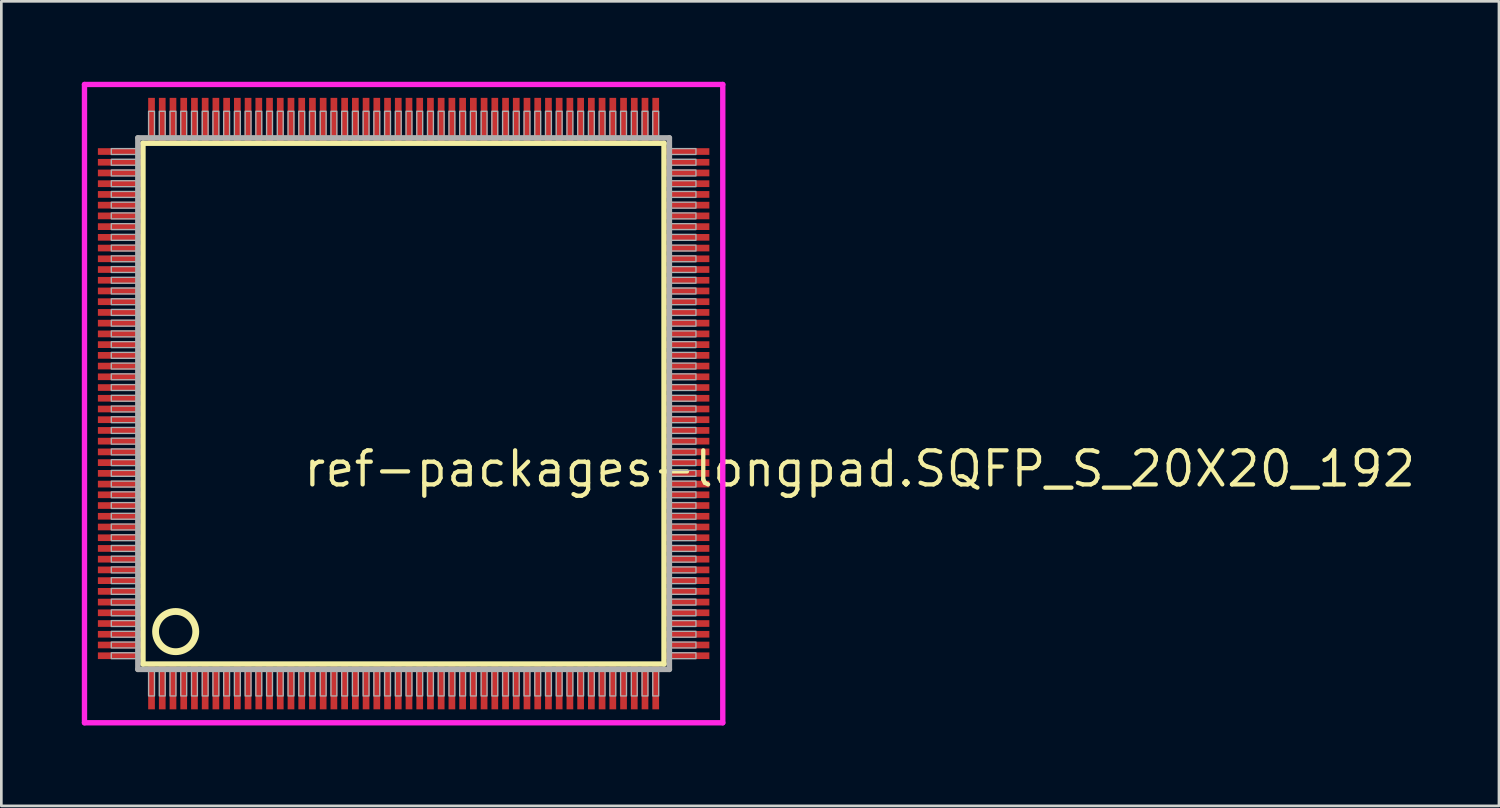
<source format=kicad_pcb>
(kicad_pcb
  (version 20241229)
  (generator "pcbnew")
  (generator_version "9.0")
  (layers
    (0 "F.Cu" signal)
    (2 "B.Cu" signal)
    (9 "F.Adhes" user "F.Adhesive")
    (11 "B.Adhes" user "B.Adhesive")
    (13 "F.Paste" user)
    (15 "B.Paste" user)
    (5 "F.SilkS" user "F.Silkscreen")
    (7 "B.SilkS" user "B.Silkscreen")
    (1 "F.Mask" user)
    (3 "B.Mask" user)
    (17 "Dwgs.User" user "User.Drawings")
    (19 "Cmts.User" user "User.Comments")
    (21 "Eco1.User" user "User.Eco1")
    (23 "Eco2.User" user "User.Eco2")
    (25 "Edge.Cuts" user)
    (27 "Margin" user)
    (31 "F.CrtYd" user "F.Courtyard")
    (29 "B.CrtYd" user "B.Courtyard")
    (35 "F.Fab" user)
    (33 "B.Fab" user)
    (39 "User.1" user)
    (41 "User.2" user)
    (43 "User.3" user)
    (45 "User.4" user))
  (footprint "ref-packages-longpad.SQFP_S_20X20_192"
    (layer "F.Cu")
    (at 12 12)
    (property "Reference" "ref-packages-longpad.SQFP_S_20X20_192" (at -3.81 3.175 0) (layer "F.SilkS") (effects (font (size 1.27 1.27) (thickness 0.16)) (justify left bottom)))
    (attr smd)
    (fp_line (start -9.72 -9.71) (end 9.71 -9.71) (stroke (width 0.203) (type default)) (layer "F.SilkS"))
    (fp_line (start -9.72 9.71) (end -9.72 -9.71) (stroke (width 0.203) (type default)) (layer "F.SilkS"))
    (fp_line (start 9.71 9.71) (end -9.72 9.71) (stroke (width 0.203) (type default)) (layer "F.SilkS"))
    (fp_line (start 9.71 -9.71) (end 9.71 9.71) (stroke (width 0.203) (type default)) (layer "F.SilkS"))
    (fp_circle (center -8.5 8.5) (end -7.75 8.5) (stroke (width 0.254) (type default)) (fill no) (layer "F.SilkS"))
    (fp_line (start -11.9 -11.9) (end 11.9 -11.9) (stroke (width 0.2) (type default)) (layer "F.CrtYd"))
    (fp_line (start -11.9 11.9) (end -11.9 -11.9) (stroke (width 0.2) (type default)) (layer "F.CrtYd"))
    (fp_line (start 11.9 -11.9) (end 11.9 11.9) (stroke (width 0.2) (type default)) (layer "F.CrtYd"))
    (fp_line (start 11.9 11.9) (end -11.9 11.9) (stroke (width 0.2) (type default)) (layer "F.CrtYd"))
    (fp_line (start -9.91 -9.91) (end -9.91 9.91) (stroke (width 0.203) (type default)) (layer "F.Fab"))
    (fp_line (start -9.91 9.91) (end 9.91 9.91) (stroke (width 0.203) (type default)) (layer "F.Fab"))
    (fp_line (start 9.91 -9.91) (end -9.91 -9.91) (stroke (width 0.203) (type default)) (layer "F.Fab"))
    (fp_line (start 9.91 9.91) (end 9.91 -9.91) (stroke (width 0.203) (type default)) (layer "F.Fab"))
    (fp_rect (start -10.9 -9.29) (end -9.95 -9.51) (stroke (width 0.05) (type default)) (fill no) (layer "F.Fab"))
    (fp_rect (start -10.9 -8.89) (end -9.95 -9.11) (stroke (width 0.05) (type default)) (fill no) (layer "F.Fab"))
    (fp_rect (start -10.9 -8.49) (end -9.95 -8.71) (stroke (width 0.05) (type default)) (fill no) (layer "F.Fab"))
    (fp_rect (start -10.9 -8.09) (end -9.95 -8.31) (stroke (width 0.05) (type default)) (fill no) (layer "F.Fab"))
    (fp_rect (start -10.9 -7.69) (end -9.95 -7.91) (stroke (width 0.05) (type default)) (fill no) (layer "F.Fab"))
    (fp_rect (start -10.9 -7.29) (end -9.95 -7.51) (stroke (width 0.05) (type default)) (fill no) (layer "F.Fab"))
    (fp_rect (start -10.9 -6.89) (end -9.95 -7.11) (stroke (width 0.05) (type default)) (fill no) (layer "F.Fab"))
    (fp_rect (start -10.9 -6.49) (end -9.95 -6.71) (stroke (width 0.05) (type default)) (fill no) (layer "F.Fab"))
    (fp_rect (start -10.9 -6.09) (end -9.95 -6.31) (stroke (width 0.05) (type default)) (fill no) (layer "F.Fab"))
    (fp_rect (start -10.9 -5.69) (end -9.95 -5.91) (stroke (width 0.05) (type default)) (fill no) (layer "F.Fab"))
    (fp_rect (start -10.9 -5.29) (end -9.95 -5.51) (stroke (width 0.05) (type default)) (fill no) (layer "F.Fab"))
    (fp_rect (start -10.9 -4.89) (end -9.95 -5.11) (stroke (width 0.05) (type default)) (fill no) (layer "F.Fab"))
    (fp_rect (start -10.9 -4.49) (end -9.95 -4.71) (stroke (width 0.05) (type default)) (fill no) (layer "F.Fab"))
    (fp_rect (start -10.9 -4.09) (end -9.95 -4.31) (stroke (width 0.05) (type default)) (fill no) (layer "F.Fab"))
    (fp_rect (start -10.9 -3.69) (end -9.95 -3.91) (stroke (width 0.05) (type default)) (fill no) (layer "F.Fab"))
    (fp_rect (start -10.9 -3.29) (end -9.95 -3.51) (stroke (width 0.05) (type default)) (fill no) (layer "F.Fab"))
    (fp_rect (start -10.9 -2.89) (end -9.95 -3.11) (stroke (width 0.05) (type default)) (fill no) (layer "F.Fab"))
    (fp_rect (start -10.9 -2.49) (end -9.95 -2.71) (stroke (width 0.05) (type default)) (fill no) (layer "F.Fab"))
    (fp_rect (start -10.9 -2.09) (end -9.95 -2.31) (stroke (width 0.05) (type default)) (fill no) (layer "F.Fab"))
    (fp_rect (start -10.9 -1.69) (end -9.95 -1.91) (stroke (width 0.05) (type default)) (fill no) (layer "F.Fab"))
    (fp_rect (start -10.9 -1.29) (end -9.95 -1.51) (stroke (width 0.05) (type default)) (fill no) (layer "F.Fab"))
    (fp_rect (start -10.9 -0.89) (end -9.95 -1.11) (stroke (width 0.05) (type default)) (fill no) (layer "F.Fab"))
    (fp_rect (start -10.9 -0.49) (end -9.95 -0.71) (stroke (width 0.05) (type default)) (fill no) (layer "F.Fab"))
    (fp_rect (start -10.9 -0.09) (end -9.95 -0.31) (stroke (width 0.05) (type default)) (fill no) (layer "F.Fab"))
    (fp_rect (start -10.9 0.31) (end -9.95 0.09) (stroke (width 0.05) (type default)) (fill no) (layer "F.Fab"))
    (fp_rect (start -10.9 0.71) (end -9.95 0.49) (stroke (width 0.05) (type default)) (fill no) (layer "F.Fab"))
    (fp_rect (start -10.9 1.11) (end -9.95 0.89) (stroke (width 0.05) (type default)) (fill no) (layer "F.Fab"))
    (fp_rect (start -10.9 1.51) (end -9.95 1.29) (stroke (width 0.05) (type default)) (fill no) (layer "F.Fab"))
    (fp_rect (start -10.9 1.91) (end -9.95 1.69) (stroke (width 0.05) (type default)) (fill no) (layer "F.Fab"))
    (fp_rect (start -10.9 2.31) (end -9.95 2.09) (stroke (width 0.05) (type default)) (fill no) (layer "F.Fab"))
    (fp_rect (start -10.9 2.71) (end -9.95 2.49) (stroke (width 0.05) (type default)) (fill no) (layer "F.Fab"))
    (fp_rect (start -10.9 3.11) (end -9.95 2.89) (stroke (width 0.05) (type default)) (fill no) (layer "F.Fab"))
    (fp_rect (start -10.9 3.51) (end -9.95 3.29) (stroke (width 0.05) (type default)) (fill no) (layer "F.Fab"))
    (fp_rect (start -10.9 3.91) (end -9.95 3.69) (stroke (width 0.05) (type default)) (fill no) (layer "F.Fab"))
    (fp_rect (start -10.9 4.31) (end -9.95 4.09) (stroke (width 0.05) (type default)) (fill no) (layer "F.Fab"))
    (fp_rect (start -10.9 4.71) (end -9.95 4.49) (stroke (width 0.05) (type default)) (fill no) (layer "F.Fab"))
    (fp_rect (start -10.9 5.11) (end -9.95 4.89) (stroke (width 0.05) (type default)) (fill no) (layer "F.Fab"))
    (fp_rect (start -10.9 5.51) (end -9.95 5.29) (stroke (width 0.05) (type default)) (fill no) (layer "F.Fab"))
    (fp_rect (start -10.9 5.91) (end -9.95 5.69) (stroke (width 0.05) (type default)) (fill no) (layer "F.Fab"))
    (fp_rect (start -10.9 6.31) (end -9.95 6.09) (stroke (width 0.05) (type default)) (fill no) (layer "F.Fab"))
    (fp_rect (start -10.9 6.71) (end -9.95 6.49) (stroke (width 0.05) (type default)) (fill no) (layer "F.Fab"))
    (fp_rect (start -10.9 7.11) (end -9.95 6.89) (stroke (width 0.05) (type default)) (fill no) (layer "F.Fab"))
    (fp_rect (start -10.9 7.51) (end -9.95 7.29) (stroke (width 0.05) (type default)) (fill no) (layer "F.Fab"))
    (fp_rect (start -10.9 7.91) (end -9.95 7.69) (stroke (width 0.05) (type default)) (fill no) (layer "F.Fab"))
    (fp_rect (start -10.9 8.31) (end -9.95 8.09) (stroke (width 0.05) (type default)) (fill no) (layer "F.Fab"))
    (fp_rect (start -10.9 8.71) (end -9.95 8.49) (stroke (width 0.05) (type default)) (fill no) (layer "F.Fab"))
    (fp_rect (start -10.9 9.11) (end -9.95 8.89) (stroke (width 0.05) (type default)) (fill no) (layer "F.Fab"))
    (fp_rect (start -10.9 9.51) (end -9.95 9.29) (stroke (width 0.05) (type default)) (fill no) (layer "F.Fab"))
    (fp_rect (start -9.51 -9.95) (end -9.29 -10.9) (stroke (width 0.05) (type default)) (fill no) (layer "F.Fab"))
    (fp_rect (start -9.51 10.9) (end -9.29 9.95) (stroke (width 0.05) (type default)) (fill no) (layer "F.Fab"))
    (fp_rect (start -9.11 -9.95) (end -8.89 -10.9) (stroke (width 0.05) (type default)) (fill no) (layer "F.Fab"))
    (fp_rect (start -9.11 10.9) (end -8.89 9.95) (stroke (width 0.05) (type default)) (fill no) (layer "F.Fab"))
    (fp_rect (start -8.71 -9.95) (end -8.49 -10.9) (stroke (width 0.05) (type default)) (fill no) (layer "F.Fab"))
    (fp_rect (start -8.71 10.9) (end -8.49 9.95) (stroke (width 0.05) (type default)) (fill no) (layer "F.Fab"))
    (fp_rect (start -8.31 -9.95) (end -8.09 -10.9) (stroke (width 0.05) (type default)) (fill no) (layer "F.Fab"))
    (fp_rect (start -8.31 10.9) (end -8.09 9.95) (stroke (width 0.05) (type default)) (fill no) (layer "F.Fab"))
    (fp_rect (start -7.91 -9.95) (end -7.69 -10.9) (stroke (width 0.05) (type default)) (fill no) (layer "F.Fab"))
    (fp_rect (start -7.91 10.9) (end -7.69 9.95) (stroke (width 0.05) (type default)) (fill no) (layer "F.Fab"))
    (fp_rect (start -7.51 -9.95) (end -7.29 -10.9) (stroke (width 0.05) (type default)) (fill no) (layer "F.Fab"))
    (fp_rect (start -7.51 10.9) (end -7.29 9.95) (stroke (width 0.05) (type default)) (fill no) (layer "F.Fab"))
    (fp_rect (start -7.11 -9.95) (end -6.89 -10.9) (stroke (width 0.05) (type default)) (fill no) (layer "F.Fab"))
    (fp_rect (start -7.11 10.9) (end -6.89 9.95) (stroke (width 0.05) (type default)) (fill no) (layer "F.Fab"))
    (fp_rect (start -6.71 -9.95) (end -6.49 -10.9) (stroke (width 0.05) (type default)) (fill no) (layer "F.Fab"))
    (fp_rect (start -6.71 10.9) (end -6.49 9.95) (stroke (width 0.05) (type default)) (fill no) (layer "F.Fab"))
    (fp_rect (start -6.31 -9.95) (end -6.09 -10.9) (stroke (width 0.05) (type default)) (fill no) (layer "F.Fab"))
    (fp_rect (start -6.31 10.9) (end -6.09 9.95) (stroke (width 0.05) (type default)) (fill no) (layer "F.Fab"))
    (fp_rect (start -5.91 -9.95) (end -5.69 -10.9) (stroke (width 0.05) (type default)) (fill no) (layer "F.Fab"))
    (fp_rect (start -5.91 10.9) (end -5.69 9.95) (stroke (width 0.05) (type default)) (fill no) (layer "F.Fab"))
    (fp_rect (start -5.51 -9.95) (end -5.29 -10.9) (stroke (width 0.05) (type default)) (fill no) (layer "F.Fab"))
    (fp_rect (start -5.51 10.9) (end -5.29 9.95) (stroke (width 0.05) (type default)) (fill no) (layer "F.Fab"))
    (fp_rect (start -5.11 -9.95) (end -4.89 -10.9) (stroke (width 0.05) (type default)) (fill no) (layer "F.Fab"))
    (fp_rect (start -5.11 10.9) (end -4.89 9.95) (stroke (width 0.05) (type default)) (fill no) (layer "F.Fab"))
    (fp_rect (start -4.71 -9.95) (end -4.49 -10.9) (stroke (width 0.05) (type default)) (fill no) (layer "F.Fab"))
    (fp_rect (start -4.71 10.9) (end -4.49 9.95) (stroke (width 0.05) (type default)) (fill no) (layer "F.Fab"))
    (fp_rect (start -4.31 -9.95) (end -4.09 -10.9) (stroke (width 0.05) (type default)) (fill no) (layer "F.Fab"))
    (fp_rect (start -4.31 10.9) (end -4.09 9.95) (stroke (width 0.05) (type default)) (fill no) (layer "F.Fab"))
    (fp_rect (start -3.91 -9.95) (end -3.69 -10.9) (stroke (width 0.05) (type default)) (fill no) (layer "F.Fab"))
    (fp_rect (start -3.91 10.9) (end -3.69 9.95) (stroke (width 0.05) (type default)) (fill no) (layer "F.Fab"))
    (fp_rect (start -3.51 -9.95) (end -3.29 -10.9) (stroke (width 0.05) (type default)) (fill no) (layer "F.Fab"))
    (fp_rect (start -3.51 10.9) (end -3.29 9.95) (stroke (width 0.05) (type default)) (fill no) (layer "F.Fab"))
    (fp_rect (start -3.11 -9.95) (end -2.89 -10.9) (stroke (width 0.05) (type default)) (fill no) (layer "F.Fab"))
    (fp_rect (start -3.11 10.9) (end -2.89 9.95) (stroke (width 0.05) (type default)) (fill no) (layer "F.Fab"))
    (fp_rect (start -2.71 -9.95) (end -2.49 -10.9) (stroke (width 0.05) (type default)) (fill no) (layer "F.Fab"))
    (fp_rect (start -2.71 10.9) (end -2.49 9.95) (stroke (width 0.05) (type default)) (fill no) (layer "F.Fab"))
    (fp_rect (start -2.31 -9.95) (end -2.09 -10.9) (stroke (width 0.05) (type default)) (fill no) (layer "F.Fab"))
    (fp_rect (start -2.31 10.9) (end -2.09 9.95) (stroke (width 0.05) (type default)) (fill no) (layer "F.Fab"))
    (fp_rect (start -1.91 -9.95) (end -1.69 -10.9) (stroke (width 0.05) (type default)) (fill no) (layer "F.Fab"))
    (fp_rect (start -1.91 10.9) (end -1.69 9.95) (stroke (width 0.05) (type default)) (fill no) (layer "F.Fab"))
    (fp_rect (start -1.51 -9.95) (end -1.29 -10.9) (stroke (width 0.05) (type default)) (fill no) (layer "F.Fab"))
    (fp_rect (start -1.51 10.9) (end -1.29 9.95) (stroke (width 0.05) (type default)) (fill no) (layer "F.Fab"))
    (fp_rect (start -1.11 -9.95) (end -0.89 -10.9) (stroke (width 0.05) (type default)) (fill no) (layer "F.Fab"))
    (fp_rect (start -1.11 10.9) (end -0.89 9.95) (stroke (width 0.05) (type default)) (fill no) (layer "F.Fab"))
    (fp_rect (start -0.71 -9.95) (end -0.49 -10.9) (stroke (width 0.05) (type default)) (fill no) (layer "F.Fab"))
    (fp_rect (start -0.71 10.9) (end -0.49 9.95) (stroke (width 0.05) (type default)) (fill no) (layer "F.Fab"))
    (fp_rect (start -0.31 -9.95) (end -0.09 -10.9) (stroke (width 0.05) (type default)) (fill no) (layer "F.Fab"))
    (fp_rect (start -0.31 10.9) (end -0.09 9.95) (stroke (width 0.05) (type default)) (fill no) (layer "F.Fab"))
    (fp_rect (start 0.09 -9.95) (end 0.31 -10.9) (stroke (width 0.05) (type default)) (fill no) (layer "F.Fab"))
    (fp_rect (start 0.09 10.9) (end 0.31 9.95) (stroke (width 0.05) (type default)) (fill no) (layer "F.Fab"))
    (fp_rect (start 0.49 -9.95) (end 0.71 -10.9) (stroke (width 0.05) (type default)) (fill no) (layer "F.Fab"))
    (fp_rect (start 0.49 10.9) (end 0.71 9.95) (stroke (width 0.05) (type default)) (fill no) (layer "F.Fab"))
    (fp_rect (start 0.89 -9.95) (end 1.11 -10.9) (stroke (width 0.05) (type default)) (fill no) (layer "F.Fab"))
    (fp_rect (start 0.89 10.9) (end 1.11 9.95) (stroke (width 0.05) (type default)) (fill no) (layer "F.Fab"))
    (fp_rect (start 1.29 -9.95) (end 1.51 -10.9) (stroke (width 0.05) (type default)) (fill no) (layer "F.Fab"))
    (fp_rect (start 1.29 10.9) (end 1.51 9.95) (stroke (width 0.05) (type default)) (fill no) (layer "F.Fab"))
    (fp_rect (start 1.69 -9.95) (end 1.91 -10.9) (stroke (width 0.05) (type default)) (fill no) (layer "F.Fab"))
    (fp_rect (start 1.69 10.9) (end 1.91 9.95) (stroke (width 0.05) (type default)) (fill no) (layer "F.Fab"))
    (fp_rect (start 2.09 -9.95) (end 2.31 -10.9) (stroke (width 0.05) (type default)) (fill no) (layer "F.Fab"))
    (fp_rect (start 2.09 10.9) (end 2.31 9.95) (stroke (width 0.05) (type default)) (fill no) (layer "F.Fab"))
    (fp_rect (start 2.49 -9.95) (end 2.71 -10.9) (stroke (width 0.05) (type default)) (fill no) (layer "F.Fab"))
    (fp_rect (start 2.49 10.9) (end 2.71 9.95) (stroke (width 0.05) (type default)) (fill no) (layer "F.Fab"))
    (fp_rect (start 2.89 -9.95) (end 3.11 -10.9) (stroke (width 0.05) (type default)) (fill no) (layer "F.Fab"))
    (fp_rect (start 2.89 10.9) (end 3.11 9.95) (stroke (width 0.05) (type default)) (fill no) (layer "F.Fab"))
    (fp_rect (start 3.29 -9.95) (end 3.51 -10.9) (stroke (width 0.05) (type default)) (fill no) (layer "F.Fab"))
    (fp_rect (start 3.29 10.9) (end 3.51 9.95) (stroke (width 0.05) (type default)) (fill no) (layer "F.Fab"))
    (fp_rect (start 3.69 -9.95) (end 3.91 -10.9) (stroke (width 0.05) (type default)) (fill no) (layer "F.Fab"))
    (fp_rect (start 3.69 10.9) (end 3.91 9.95) (stroke (width 0.05) (type default)) (fill no) (layer "F.Fab"))
    (fp_rect (start 4.09 -9.95) (end 4.31 -10.9) (stroke (width 0.05) (type default)) (fill no) (layer "F.Fab"))
    (fp_rect (start 4.09 10.9) (end 4.31 9.95) (stroke (width 0.05) (type default)) (fill no) (layer "F.Fab"))
    (fp_rect (start 4.49 -9.95) (end 4.71 -10.9) (stroke (width 0.05) (type default)) (fill no) (layer "F.Fab"))
    (fp_rect (start 4.49 10.9) (end 4.71 9.95) (stroke (width 0.05) (type default)) (fill no) (layer "F.Fab"))
    (fp_rect (start 4.89 -9.95) (end 5.11 -10.9) (stroke (width 0.05) (type default)) (fill no) (layer "F.Fab"))
    (fp_rect (start 4.89 10.9) (end 5.11 9.95) (stroke (width 0.05) (type default)) (fill no) (layer "F.Fab"))
    (fp_rect (start 5.29 -9.95) (end 5.51 -10.9) (stroke (width 0.05) (type default)) (fill no) (layer "F.Fab"))
    (fp_rect (start 5.29 10.9) (end 5.51 9.95) (stroke (width 0.05) (type default)) (fill no) (layer "F.Fab"))
    (fp_rect (start 5.69 -9.95) (end 5.91 -10.9) (stroke (width 0.05) (type default)) (fill no) (layer "F.Fab"))
    (fp_rect (start 5.69 10.9) (end 5.91 9.95) (stroke (width 0.05) (type default)) (fill no) (layer "F.Fab"))
    (fp_rect (start 6.09 -9.95) (end 6.31 -10.9) (stroke (width 0.05) (type default)) (fill no) (layer "F.Fab"))
    (fp_rect (start 6.09 10.9) (end 6.31 9.95) (stroke (width 0.05) (type default)) (fill no) (layer "F.Fab"))
    (fp_rect (start 6.49 -9.95) (end 6.71 -10.9) (stroke (width 0.05) (type default)) (fill no) (layer "F.Fab"))
    (fp_rect (start 6.49 10.9) (end 6.71 9.95) (stroke (width 0.05) (type default)) (fill no) (layer "F.Fab"))
    (fp_rect (start 6.89 -9.95) (end 7.11 -10.9) (stroke (width 0.05) (type default)) (fill no) (layer "F.Fab"))
    (fp_rect (start 6.89 10.9) (end 7.11 9.95) (stroke (width 0.05) (type default)) (fill no) (layer "F.Fab"))
    (fp_rect (start 7.29 -9.95) (end 7.51 -10.9) (stroke (width 0.05) (type default)) (fill no) (layer "F.Fab"))
    (fp_rect (start 7.29 10.9) (end 7.51 9.95) (stroke (width 0.05) (type default)) (fill no) (layer "F.Fab"))
    (fp_rect (start 7.69 -9.95) (end 7.91 -10.9) (stroke (width 0.05) (type default)) (fill no) (layer "F.Fab"))
    (fp_rect (start 7.69 10.9) (end 7.91 9.95) (stroke (width 0.05) (type default)) (fill no) (layer "F.Fab"))
    (fp_rect (start 8.09 -9.95) (end 8.31 -10.9) (stroke (width 0.05) (type default)) (fill no) (layer "F.Fab"))
    (fp_rect (start 8.09 10.9) (end 8.31 9.95) (stroke (width 0.05) (type default)) (fill no) (layer "F.Fab"))
    (fp_rect (start 8.49 -9.95) (end 8.71 -10.9) (stroke (width 0.05) (type default)) (fill no) (layer "F.Fab"))
    (fp_rect (start 8.49 10.9) (end 8.71 9.95) (stroke (width 0.05) (type default)) (fill no) (layer "F.Fab"))
    (fp_rect (start 8.89 -9.95) (end 9.11 -10.9) (stroke (width 0.05) (type default)) (fill no) (layer "F.Fab"))
    (fp_rect (start 8.89 10.9) (end 9.11 9.95) (stroke (width 0.05) (type default)) (fill no) (layer "F.Fab"))
    (fp_rect (start 9.29 -9.95) (end 9.51 -10.9) (stroke (width 0.05) (type default)) (fill no) (layer "F.Fab"))
    (fp_rect (start 9.29 10.9) (end 9.51 9.95) (stroke (width 0.05) (type default)) (fill no) (layer "F.Fab"))
    (fp_rect (start 9.95 -9.29) (end 10.9 -9.51) (stroke (width 0.05) (type default)) (fill no) (layer "F.Fab"))
    (fp_rect (start 9.95 -8.89) (end 10.9 -9.11) (stroke (width 0.05) (type default)) (fill no) (layer "F.Fab"))
    (fp_rect (start 9.95 -8.49) (end 10.9 -8.71) (stroke (width 0.05) (type default)) (fill no) (layer "F.Fab"))
    (fp_rect (start 9.95 -8.09) (end 10.9 -8.31) (stroke (width 0.05) (type default)) (fill no) (layer "F.Fab"))
    (fp_rect (start 9.95 -7.69) (end 10.9 -7.91) (stroke (width 0.05) (type default)) (fill no) (layer "F.Fab"))
    (fp_rect (start 9.95 -7.29) (end 10.9 -7.51) (stroke (width 0.05) (type default)) (fill no) (layer "F.Fab"))
    (fp_rect (start 9.95 -6.89) (end 10.9 -7.11) (stroke (width 0.05) (type default)) (fill no) (layer "F.Fab"))
    (fp_rect (start 9.95 -6.49) (end 10.9 -6.71) (stroke (width 0.05) (type default)) (fill no) (layer "F.Fab"))
    (fp_rect (start 9.95 -6.09) (end 10.9 -6.31) (stroke (width 0.05) (type default)) (fill no) (layer "F.Fab"))
    (fp_rect (start 9.95 -5.69) (end 10.9 -5.91) (stroke (width 0.05) (type default)) (fill no) (layer "F.Fab"))
    (fp_rect (start 9.95 -5.29) (end 10.9 -5.51) (stroke (width 0.05) (type default)) (fill no) (layer "F.Fab"))
    (fp_rect (start 9.95 -4.89) (end 10.9 -5.11) (stroke (width 0.05) (type default)) (fill no) (layer "F.Fab"))
    (fp_rect (start 9.95 -4.49) (end 10.9 -4.71) (stroke (width 0.05) (type default)) (fill no) (layer "F.Fab"))
    (fp_rect (start 9.95 -4.09) (end 10.9 -4.31) (stroke (width 0.05) (type default)) (fill no) (layer "F.Fab"))
    (fp_rect (start 9.95 -3.69) (end 10.9 -3.91) (stroke (width 0.05) (type default)) (fill no) (layer "F.Fab"))
    (fp_rect (start 9.95 -3.29) (end 10.9 -3.51) (stroke (width 0.05) (type default)) (fill no) (layer "F.Fab"))
    (fp_rect (start 9.95 -2.89) (end 10.9 -3.11) (stroke (width 0.05) (type default)) (fill no) (layer "F.Fab"))
    (fp_rect (start 9.95 -2.49) (end 10.9 -2.71) (stroke (width 0.05) (type default)) (fill no) (layer "F.Fab"))
    (fp_rect (start 9.95 -2.09) (end 10.9 -2.31) (stroke (width 0.05) (type default)) (fill no) (layer "F.Fab"))
    (fp_rect (start 9.95 -1.69) (end 10.9 -1.91) (stroke (width 0.05) (type default)) (fill no) (layer "F.Fab"))
    (fp_rect (start 9.95 -1.29) (end 10.9 -1.51) (stroke (width 0.05) (type default)) (fill no) (layer "F.Fab"))
    (fp_rect (start 9.95 -0.89) (end 10.9 -1.11) (stroke (width 0.05) (type default)) (fill no) (layer "F.Fab"))
    (fp_rect (start 9.95 -0.49) (end 10.9 -0.71) (stroke (width 0.05) (type default)) (fill no) (layer "F.Fab"))
    (fp_rect (start 9.95 -0.09) (end 10.9 -0.31) (stroke (width 0.05) (type default)) (fill no) (layer "F.Fab"))
    (fp_rect (start 9.95 0.31) (end 10.9 0.09) (stroke (width 0.05) (type default)) (fill no) (layer "F.Fab"))
    (fp_rect (start 9.95 0.71) (end 10.9 0.49) (stroke (width 0.05) (type default)) (fill no) (layer "F.Fab"))
    (fp_rect (start 9.95 1.11) (end 10.9 0.89) (stroke (width 0.05) (type default)) (fill no) (layer "F.Fab"))
    (fp_rect (start 9.95 1.51) (end 10.9 1.29) (stroke (width 0.05) (type default)) (fill no) (layer "F.Fab"))
    (fp_rect (start 9.95 1.91) (end 10.9 1.69) (stroke (width 0.05) (type default)) (fill no) (layer "F.Fab"))
    (fp_rect (start 9.95 2.31) (end 10.9 2.09) (stroke (width 0.05) (type default)) (fill no) (layer "F.Fab"))
    (fp_rect (start 9.95 2.71) (end 10.9 2.49) (stroke (width 0.05) (type default)) (fill no) (layer "F.Fab"))
    (fp_rect (start 9.95 3.11) (end 10.9 2.89) (stroke (width 0.05) (type default)) (fill no) (layer "F.Fab"))
    (fp_rect (start 9.95 3.51) (end 10.9 3.29) (stroke (width 0.05) (type default)) (fill no) (layer "F.Fab"))
    (fp_rect (start 9.95 3.91) (end 10.9 3.69) (stroke (width 0.05) (type default)) (fill no) (layer "F.Fab"))
    (fp_rect (start 9.95 4.31) (end 10.9 4.09) (stroke (width 0.05) (type default)) (fill no) (layer "F.Fab"))
    (fp_rect (start 9.95 4.71) (end 10.9 4.49) (stroke (width 0.05) (type default)) (fill no) (layer "F.Fab"))
    (fp_rect (start 9.95 5.11) (end 10.9 4.89) (stroke (width 0.05) (type default)) (fill no) (layer "F.Fab"))
    (fp_rect (start 9.95 5.51) (end 10.9 5.29) (stroke (width 0.05) (type default)) (fill no) (layer "F.Fab"))
    (fp_rect (start 9.95 5.91) (end 10.9 5.69) (stroke (width 0.05) (type default)) (fill no) (layer "F.Fab"))
    (fp_rect (start 9.95 6.31) (end 10.9 6.09) (stroke (width 0.05) (type default)) (fill no) (layer "F.Fab"))
    (fp_rect (start 9.95 6.71) (end 10.9 6.49) (stroke (width 0.05) (type default)) (fill no) (layer "F.Fab"))
    (fp_rect (start 9.95 7.11) (end 10.9 6.89) (stroke (width 0.05) (type default)) (fill no) (layer "F.Fab"))
    (fp_rect (start 9.95 7.51) (end 10.9 7.29) (stroke (width 0.05) (type default)) (fill no) (layer "F.Fab"))
    (fp_rect (start 9.95 7.91) (end 10.9 7.69) (stroke (width 0.05) (type default)) (fill no) (layer "F.Fab"))
    (fp_rect (start 9.95 8.31) (end 10.9 8.09) (stroke (width 0.05) (type default)) (fill no) (layer "F.Fab"))
    (fp_rect (start 9.95 8.71) (end 10.9 8.49) (stroke (width 0.05) (type default)) (fill no) (layer "F.Fab"))
    (fp_rect (start 9.95 9.11) (end 10.9 8.89) (stroke (width 0.05) (type default)) (fill no) (layer "F.Fab"))
    (fp_rect (start 9.95 9.51) (end 10.9 9.29) (stroke (width 0.05) (type default)) (fill no) (layer "F.Fab"))
    (pad "1" smd roundrect (at -9.4 10.6) (size 0.25 1.6) (layers "F.Cu" "F.Mask" "F.Paste") (roundrect_rratio 0.01))
    (pad "2" smd roundrect (at -9 10.6) (size 0.25 1.6) (layers "F.Cu" "F.Mask" "F.Paste") (roundrect_rratio 0.01))
    (pad "3" smd roundrect (at -8.6 10.6) (size 0.25 1.6) (layers "F.Cu" "F.Mask" "F.Paste") (roundrect_rratio 0.01))
    (pad "4" smd roundrect (at -8.2 10.6) (size 0.25 1.6) (layers "F.Cu" "F.Mask" "F.Paste") (roundrect_rratio 0.01))
    (pad "5" smd roundrect (at -7.8 10.6) (size 0.25 1.6) (layers "F.Cu" "F.Mask" "F.Paste") (roundrect_rratio 0.01))
    (pad "6" smd roundrect (at -7.4 10.6) (size 0.25 1.6) (layers "F.Cu" "F.Mask" "F.Paste") (roundrect_rratio 0.01))
    (pad "7" smd roundrect (at -7 10.6) (size 0.25 1.6) (layers "F.Cu" "F.Mask" "F.Paste") (roundrect_rratio 0.01))
    (pad "8" smd roundrect (at -6.6 10.6) (size 0.25 1.6) (layers "F.Cu" "F.Mask" "F.Paste") (roundrect_rratio 0.01))
    (pad "9" smd roundrect (at -6.2 10.6) (size 0.25 1.6) (layers "F.Cu" "F.Mask" "F.Paste") (roundrect_rratio 0.01))
    (pad "10" smd roundrect (at -5.8 10.6) (size 0.25 1.6) (layers "F.Cu" "F.Mask" "F.Paste") (roundrect_rratio 0.01))
    (pad "11" smd roundrect (at -5.4 10.6) (size 0.25 1.6) (layers "F.Cu" "F.Mask" "F.Paste") (roundrect_rratio 0.01))
    (pad "12" smd roundrect (at -5 10.6) (size 0.25 1.6) (layers "F.Cu" "F.Mask" "F.Paste") (roundrect_rratio 0.01))
    (pad "13" smd roundrect (at -4.6 10.6) (size 0.25 1.6) (layers "F.Cu" "F.Mask" "F.Paste") (roundrect_rratio 0.01))
    (pad "14" smd roundrect (at -4.2 10.6) (size 0.25 1.6) (layers "F.Cu" "F.Mask" "F.Paste") (roundrect_rratio 0.01))
    (pad "15" smd roundrect (at -3.8 10.6) (size 0.25 1.6) (layers "F.Cu" "F.Mask" "F.Paste") (roundrect_rratio 0.01))
    (pad "16" smd roundrect (at -3.4 10.6) (size 0.25 1.6) (layers "F.Cu" "F.Mask" "F.Paste") (roundrect_rratio 0.01))
    (pad "17" smd roundrect (at -3 10.6) (size 0.25 1.6) (layers "F.Cu" "F.Mask" "F.Paste") (roundrect_rratio 0.01))
    (pad "18" smd roundrect (at -2.6 10.6) (size 0.25 1.6) (layers "F.Cu" "F.Mask" "F.Paste") (roundrect_rratio 0.01))
    (pad "19" smd roundrect (at -2.2 10.6) (size 0.25 1.6) (layers "F.Cu" "F.Mask" "F.Paste") (roundrect_rratio 0.01))
    (pad "20" smd roundrect (at -1.8 10.6) (size 0.25 1.6) (layers "F.Cu" "F.Mask" "F.Paste") (roundrect_rratio 0.01))
    (pad "21" smd roundrect (at -1.4 10.6) (size 0.25 1.6) (layers "F.Cu" "F.Mask" "F.Paste") (roundrect_rratio 0.01))
    (pad "22" smd roundrect (at -1 10.6) (size 0.25 1.6) (layers "F.Cu" "F.Mask" "F.Paste") (roundrect_rratio 0.01))
    (pad "23" smd roundrect (at -0.6 10.6) (size 0.25 1.6) (layers "F.Cu" "F.Mask" "F.Paste") (roundrect_rratio 0.01))
    (pad "24" smd roundrect (at -0.2 10.6) (size 0.25 1.6) (layers "F.Cu" "F.Mask" "F.Paste") (roundrect_rratio 0.01))
    (pad "25" smd roundrect (at 0.2 10.6) (size 0.25 1.6) (layers "F.Cu" "F.Mask" "F.Paste") (roundrect_rratio 0.01))
    (pad "26" smd roundrect (at 0.6 10.6) (size 0.25 1.6) (layers "F.Cu" "F.Mask" "F.Paste") (roundrect_rratio 0.01))
    (pad "27" smd roundrect (at 1 10.6) (size 0.25 1.6) (layers "F.Cu" "F.Mask" "F.Paste") (roundrect_rratio 0.01))
    (pad "28" smd roundrect (at 1.4 10.6) (size 0.25 1.6) (layers "F.Cu" "F.Mask" "F.Paste") (roundrect_rratio 0.01))
    (pad "29" smd roundrect (at 1.8 10.6) (size 0.25 1.6) (layers "F.Cu" "F.Mask" "F.Paste") (roundrect_rratio 0.01))
    (pad "30" smd roundrect (at 2.2 10.6) (size 0.25 1.6) (layers "F.Cu" "F.Mask" "F.Paste") (roundrect_rratio 0.01))
    (pad "31" smd roundrect (at 2.6 10.6) (size 0.25 1.6) (layers "F.Cu" "F.Mask" "F.Paste") (roundrect_rratio 0.01))
    (pad "32" smd roundrect (at 3 10.6) (size 0.25 1.6) (layers "F.Cu" "F.Mask" "F.Paste") (roundrect_rratio 0.01))
    (pad "33" smd roundrect (at 3.4 10.6) (size 0.25 1.6) (layers "F.Cu" "F.Mask" "F.Paste") (roundrect_rratio 0.01))
    (pad "34" smd roundrect (at 3.8 10.6) (size 0.25 1.6) (layers "F.Cu" "F.Mask" "F.Paste") (roundrect_rratio 0.01))
    (pad "35" smd roundrect (at 4.2 10.6) (size 0.25 1.6) (layers "F.Cu" "F.Mask" "F.Paste") (roundrect_rratio 0.01))
    (pad "36" smd roundrect (at 4.6 10.6) (size 0.25 1.6) (layers "F.Cu" "F.Mask" "F.Paste") (roundrect_rratio 0.01))
    (pad "37" smd roundrect (at 5 10.6) (size 0.25 1.6) (layers "F.Cu" "F.Mask" "F.Paste") (roundrect_rratio 0.01))
    (pad "38" smd roundrect (at 5.4 10.6) (size 0.25 1.6) (layers "F.Cu" "F.Mask" "F.Paste") (roundrect_rratio 0.01))
    (pad "39" smd roundrect (at 5.8 10.6) (size 0.25 1.6) (layers "F.Cu" "F.Mask" "F.Paste") (roundrect_rratio 0.01))
    (pad "40" smd roundrect (at 6.2 10.6) (size 0.25 1.6) (layers "F.Cu" "F.Mask" "F.Paste") (roundrect_rratio 0.01))
    (pad "41" smd roundrect (at 6.6 10.6) (size 0.25 1.6) (layers "F.Cu" "F.Mask" "F.Paste") (roundrect_rratio 0.01))
    (pad "42" smd roundrect (at 7 10.6) (size 0.25 1.6) (layers "F.Cu" "F.Mask" "F.Paste") (roundrect_rratio 0.01))
    (pad "43" smd roundrect (at 7.4 10.6) (size 0.25 1.6) (layers "F.Cu" "F.Mask" "F.Paste") (roundrect_rratio 0.01))
    (pad "44" smd roundrect (at 7.8 10.6) (size 0.25 1.6) (layers "F.Cu" "F.Mask" "F.Paste") (roundrect_rratio 0.01))
    (pad "45" smd roundrect (at 8.2 10.6) (size 0.25 1.6) (layers "F.Cu" "F.Mask" "F.Paste") (roundrect_rratio 0.01))
    (pad "46" smd roundrect (at 8.6 10.6) (size 0.25 1.6) (layers "F.Cu" "F.Mask" "F.Paste") (roundrect_rratio 0.01))
    (pad "47" smd roundrect (at 9 10.6) (size 0.25 1.6) (layers "F.Cu" "F.Mask" "F.Paste") (roundrect_rratio 0.01))
    (pad "48" smd roundrect (at 9.4 10.6) (size 0.25 1.6) (layers "F.Cu" "F.Mask" "F.Paste") (roundrect_rratio 0.01))
    (pad "49" smd roundrect (at 10.6 9.4) (size 1.6 0.25) (layers "F.Cu" "F.Mask" "F.Paste") (roundrect_rratio 0.01))
    (pad "50" smd roundrect (at 10.6 9) (size 1.6 0.25) (layers "F.Cu" "F.Mask" "F.Paste") (roundrect_rratio 0.01))
    (pad "51" smd roundrect (at 10.6 8.6) (size 1.6 0.25) (layers "F.Cu" "F.Mask" "F.Paste") (roundrect_rratio 0.01))
    (pad "52" smd roundrect (at 10.6 8.2) (size 1.6 0.25) (layers "F.Cu" "F.Mask" "F.Paste") (roundrect_rratio 0.01))
    (pad "53" smd roundrect (at 10.6 7.8) (size 1.6 0.25) (layers "F.Cu" "F.Mask" "F.Paste") (roundrect_rratio 0.01))
    (pad "54" smd roundrect (at 10.6 7.4) (size 1.6 0.25) (layers "F.Cu" "F.Mask" "F.Paste") (roundrect_rratio 0.01))
    (pad "55" smd roundrect (at 10.6 7) (size 1.6 0.25) (layers "F.Cu" "F.Mask" "F.Paste") (roundrect_rratio 0.01))
    (pad "56" smd roundrect (at 10.6 6.6) (size 1.6 0.25) (layers "F.Cu" "F.Mask" "F.Paste") (roundrect_rratio 0.01))
    (pad "57" smd roundrect (at 10.6 6.2) (size 1.6 0.25) (layers "F.Cu" "F.Mask" "F.Paste") (roundrect_rratio 0.01))
    (pad "58" smd roundrect (at 10.6 5.8) (size 1.6 0.25) (layers "F.Cu" "F.Mask" "F.Paste") (roundrect_rratio 0.01))
    (pad "59" smd roundrect (at 10.6 5.4) (size 1.6 0.25) (layers "F.Cu" "F.Mask" "F.Paste") (roundrect_rratio 0.01))
    (pad "60" smd roundrect (at 10.6 5) (size 1.6 0.25) (layers "F.Cu" "F.Mask" "F.Paste") (roundrect_rratio 0.01))
    (pad "61" smd roundrect (at 10.6 4.6) (size 1.6 0.25) (layers "F.Cu" "F.Mask" "F.Paste") (roundrect_rratio 0.01))
    (pad "62" smd roundrect (at 10.6 4.2) (size 1.6 0.25) (layers "F.Cu" "F.Mask" "F.Paste") (roundrect_rratio 0.01))
    (pad "63" smd roundrect (at 10.6 3.8) (size 1.6 0.25) (layers "F.Cu" "F.Mask" "F.Paste") (roundrect_rratio 0.01))
    (pad "64" smd roundrect (at 10.6 3.4) (size 1.6 0.25) (layers "F.Cu" "F.Mask" "F.Paste") (roundrect_rratio 0.01))
    (pad "65" smd roundrect (at 10.6 3) (size 1.6 0.25) (layers "F.Cu" "F.Mask" "F.Paste") (roundrect_rratio 0.01))
    (pad "66" smd roundrect (at 10.6 2.6) (size 1.6 0.25) (layers "F.Cu" "F.Mask" "F.Paste") (roundrect_rratio 0.01))
    (pad "67" smd roundrect (at 10.6 2.2) (size 1.6 0.25) (layers "F.Cu" "F.Mask" "F.Paste") (roundrect_rratio 0.01))
    (pad "68" smd roundrect (at 10.6 1.8) (size 1.6 0.25) (layers "F.Cu" "F.Mask" "F.Paste") (roundrect_rratio 0.01))
    (pad "69" smd roundrect (at 10.6 1.4) (size 1.6 0.25) (layers "F.Cu" "F.Mask" "F.Paste") (roundrect_rratio 0.01))
    (pad "70" smd roundrect (at 10.6 1) (size 1.6 0.25) (layers "F.Cu" "F.Mask" "F.Paste") (roundrect_rratio 0.01))
    (pad "71" smd roundrect (at 10.6 0.6) (size 1.6 0.25) (layers "F.Cu" "F.Mask" "F.Paste") (roundrect_rratio 0.01))
    (pad "72" smd roundrect (at 10.6 0.2) (size 1.6 0.25) (layers "F.Cu" "F.Mask" "F.Paste") (roundrect_rratio 0.01))
    (pad "73" smd roundrect (at 10.6 -0.2) (size 1.6 0.25) (layers "F.Cu" "F.Mask" "F.Paste") (roundrect_rratio 0.01))
    (pad "74" smd roundrect (at 10.6 -0.6) (size 1.6 0.25) (layers "F.Cu" "F.Mask" "F.Paste") (roundrect_rratio 0.01))
    (pad "75" smd roundrect (at 10.6 -1) (size 1.6 0.25) (layers "F.Cu" "F.Mask" "F.Paste") (roundrect_rratio 0.01))
    (pad "76" smd roundrect (at 10.6 -1.4) (size 1.6 0.25) (layers "F.Cu" "F.Mask" "F.Paste") (roundrect_rratio 0.01))
    (pad "77" smd roundrect (at 10.6 -1.8) (size 1.6 0.25) (layers "F.Cu" "F.Mask" "F.Paste") (roundrect_rratio 0.01))
    (pad "78" smd roundrect (at 10.6 -2.2) (size 1.6 0.25) (layers "F.Cu" "F.Mask" "F.Paste") (roundrect_rratio 0.01))
    (pad "79" smd roundrect (at 10.6 -2.6) (size 1.6 0.25) (layers "F.Cu" "F.Mask" "F.Paste") (roundrect_rratio 0.01))
    (pad "80" smd roundrect (at 10.6 -3) (size 1.6 0.25) (layers "F.Cu" "F.Mask" "F.Paste") (roundrect_rratio 0.01))
    (pad "81" smd roundrect (at 10.6 -3.4) (size 1.6 0.25) (layers "F.Cu" "F.Mask" "F.Paste") (roundrect_rratio 0.01))
    (pad "82" smd roundrect (at 10.6 -3.8) (size 1.6 0.25) (layers "F.Cu" "F.Mask" "F.Paste") (roundrect_rratio 0.01))
    (pad "83" smd roundrect (at 10.6 -4.2) (size 1.6 0.25) (layers "F.Cu" "F.Mask" "F.Paste") (roundrect_rratio 0.01))
    (pad "84" smd roundrect (at 10.6 -4.6) (size 1.6 0.25) (layers "F.Cu" "F.Mask" "F.Paste") (roundrect_rratio 0.01))
    (pad "85" smd roundrect (at 10.6 -5) (size 1.6 0.25) (layers "F.Cu" "F.Mask" "F.Paste") (roundrect_rratio 0.01))
    (pad "86" smd roundrect (at 10.6 -5.4) (size 1.6 0.25) (layers "F.Cu" "F.Mask" "F.Paste") (roundrect_rratio 0.01))
    (pad "87" smd roundrect (at 10.6 -5.8) (size 1.6 0.25) (layers "F.Cu" "F.Mask" "F.Paste") (roundrect_rratio 0.01))
    (pad "88" smd roundrect (at 10.6 -6.2) (size 1.6 0.25) (layers "F.Cu" "F.Mask" "F.Paste") (roundrect_rratio 0.01))
    (pad "89" smd roundrect (at 10.6 -6.6) (size 1.6 0.25) (layers "F.Cu" "F.Mask" "F.Paste") (roundrect_rratio 0.01))
    (pad "90" smd roundrect (at 10.6 -7) (size 1.6 0.25) (layers "F.Cu" "F.Mask" "F.Paste") (roundrect_rratio 0.01))
    (pad "91" smd roundrect (at 10.6 -7.4) (size 1.6 0.25) (layers "F.Cu" "F.Mask" "F.Paste") (roundrect_rratio 0.01))
    (pad "92" smd roundrect (at 10.6 -7.8) (size 1.6 0.25) (layers "F.Cu" "F.Mask" "F.Paste") (roundrect_rratio 0.01))
    (pad "93" smd roundrect (at 10.6 -8.2) (size 1.6 0.25) (layers "F.Cu" "F.Mask" "F.Paste") (roundrect_rratio 0.01))
    (pad "94" smd roundrect (at 10.6 -8.6) (size 1.6 0.25) (layers "F.Cu" "F.Mask" "F.Paste") (roundrect_rratio 0.01))
    (pad "95" smd roundrect (at 10.6 -9) (size 1.6 0.25) (layers "F.Cu" "F.Mask" "F.Paste") (roundrect_rratio 0.01))
    (pad "96" smd roundrect (at 10.6 -9.4) (size 1.6 0.25) (layers "F.Cu" "F.Mask" "F.Paste") (roundrect_rratio 0.01))
    (pad "97" smd roundrect (at 9.4 -10.6) (size 0.25 1.6) (layers "F.Cu" "F.Mask" "F.Paste") (roundrect_rratio 0.01))
    (pad "98" smd roundrect (at 9 -10.6) (size 0.25 1.6) (layers "F.Cu" "F.Mask" "F.Paste") (roundrect_rratio 0.01))
    (pad "99" smd roundrect (at 8.6 -10.6) (size 0.25 1.6) (layers "F.Cu" "F.Mask" "F.Paste") (roundrect_rratio 0.01))
    (pad "100" smd roundrect (at 8.2 -10.6) (size 0.25 1.6) (layers "F.Cu" "F.Mask" "F.Paste") (roundrect_rratio 0.01))
    (pad "101" smd roundrect (at 7.8 -10.6) (size 0.25 1.6) (layers "F.Cu" "F.Mask" "F.Paste") (roundrect_rratio 0.01))
    (pad "102" smd roundrect (at 7.4 -10.6) (size 0.25 1.6) (layers "F.Cu" "F.Mask" "F.Paste") (roundrect_rratio 0.01))
    (pad "103" smd roundrect (at 7 -10.6) (size 0.25 1.6) (layers "F.Cu" "F.Mask" "F.Paste") (roundrect_rratio 0.01))
    (pad "104" smd roundrect (at 6.6 -10.6) (size 0.25 1.6) (layers "F.Cu" "F.Mask" "F.Paste") (roundrect_rratio 0.01))
    (pad "105" smd roundrect (at 6.2 -10.6) (size 0.25 1.6) (layers "F.Cu" "F.Mask" "F.Paste") (roundrect_rratio 0.01))
    (pad "106" smd roundrect (at 5.8 -10.6) (size 0.25 1.6) (layers "F.Cu" "F.Mask" "F.Paste") (roundrect_rratio 0.01))
    (pad "107" smd roundrect (at 5.4 -10.6) (size 0.25 1.6) (layers "F.Cu" "F.Mask" "F.Paste") (roundrect_rratio 0.01))
    (pad "108" smd roundrect (at 5 -10.6) (size 0.25 1.6) (layers "F.Cu" "F.Mask" "F.Paste") (roundrect_rratio 0.01))
    (pad "109" smd roundrect (at 4.6 -10.6) (size 0.25 1.6) (layers "F.Cu" "F.Mask" "F.Paste") (roundrect_rratio 0.01))
    (pad "110" smd roundrect (at 4.2 -10.6) (size 0.25 1.6) (layers "F.Cu" "F.Mask" "F.Paste") (roundrect_rratio 0.01))
    (pad "111" smd roundrect (at 3.8 -10.6) (size 0.25 1.6) (layers "F.Cu" "F.Mask" "F.Paste") (roundrect_rratio 0.01))
    (pad "112" smd roundrect (at 3.4 -10.6) (size 0.25 1.6) (layers "F.Cu" "F.Mask" "F.Paste") (roundrect_rratio 0.01))
    (pad "113" smd roundrect (at 3 -10.6) (size 0.25 1.6) (layers "F.Cu" "F.Mask" "F.Paste") (roundrect_rratio 0.01))
    (pad "114" smd roundrect (at 2.6 -10.6) (size 0.25 1.6) (layers "F.Cu" "F.Mask" "F.Paste") (roundrect_rratio 0.01))
    (pad "115" smd roundrect (at 2.2 -10.6) (size 0.25 1.6) (layers "F.Cu" "F.Mask" "F.Paste") (roundrect_rratio 0.01))
    (pad "116" smd roundrect (at 1.8 -10.6) (size 0.25 1.6) (layers "F.Cu" "F.Mask" "F.Paste") (roundrect_rratio 0.01))
    (pad "117" smd roundrect (at 1.4 -10.6) (size 0.25 1.6) (layers "F.Cu" "F.Mask" "F.Paste") (roundrect_rratio 0.01))
    (pad "118" smd roundrect (at 1 -10.6) (size 0.25 1.6) (layers "F.Cu" "F.Mask" "F.Paste") (roundrect_rratio 0.01))
    (pad "119" smd roundrect (at 0.6 -10.6) (size 0.25 1.6) (layers "F.Cu" "F.Mask" "F.Paste") (roundrect_rratio 0.01))
    (pad "120" smd roundrect (at 0.2 -10.6) (size 0.25 1.6) (layers "F.Cu" "F.Mask" "F.Paste") (roundrect_rratio 0.01))
    (pad "121" smd roundrect (at -0.2 -10.6) (size 0.25 1.6) (layers "F.Cu" "F.Mask" "F.Paste") (roundrect_rratio 0.01))
    (pad "122" smd roundrect (at -0.6 -10.6) (size 0.25 1.6) (layers "F.Cu" "F.Mask" "F.Paste") (roundrect_rratio 0.01))
    (pad "123" smd roundrect (at -1 -10.6) (size 0.25 1.6) (layers "F.Cu" "F.Mask" "F.Paste") (roundrect_rratio 0.01))
    (pad "124" smd roundrect (at -1.4 -10.6) (size 0.25 1.6) (layers "F.Cu" "F.Mask" "F.Paste") (roundrect_rratio 0.01))
    (pad "125" smd roundrect (at -1.8 -10.6) (size 0.25 1.6) (layers "F.Cu" "F.Mask" "F.Paste") (roundrect_rratio 0.01))
    (pad "126" smd roundrect (at -2.2 -10.6) (size 0.25 1.6) (layers "F.Cu" "F.Mask" "F.Paste") (roundrect_rratio 0.01))
    (pad "127" smd roundrect (at -2.6 -10.6) (size 0.25 1.6) (layers "F.Cu" "F.Mask" "F.Paste") (roundrect_rratio 0.01))
    (pad "128" smd roundrect (at -3 -10.6) (size 0.25 1.6) (layers "F.Cu" "F.Mask" "F.Paste") (roundrect_rratio 0.01))
    (pad "129" smd roundrect (at -3.4 -10.6) (size 0.25 1.6) (layers "F.Cu" "F.Mask" "F.Paste") (roundrect_rratio 0.01))
    (pad "130" smd roundrect (at -3.8 -10.6) (size 0.25 1.6) (layers "F.Cu" "F.Mask" "F.Paste") (roundrect_rratio 0.01))
    (pad "131" smd roundrect (at -4.2 -10.6) (size 0.25 1.6) (layers "F.Cu" "F.Mask" "F.Paste") (roundrect_rratio 0.01))
    (pad "132" smd roundrect (at -4.6 -10.6) (size 0.25 1.6) (layers "F.Cu" "F.Mask" "F.Paste") (roundrect_rratio 0.01))
    (pad "133" smd roundrect (at -5 -10.6) (size 0.25 1.6) (layers "F.Cu" "F.Mask" "F.Paste") (roundrect_rratio 0.01))
    (pad "134" smd roundrect (at -5.4 -10.6) (size 0.25 1.6) (layers "F.Cu" "F.Mask" "F.Paste") (roundrect_rratio 0.01))
    (pad "135" smd roundrect (at -5.8 -10.6) (size 0.25 1.6) (layers "F.Cu" "F.Mask" "F.Paste") (roundrect_rratio 0.01))
    (pad "136" smd roundrect (at -6.2 -10.6) (size 0.25 1.6) (layers "F.Cu" "F.Mask" "F.Paste") (roundrect_rratio 0.01))
    (pad "137" smd roundrect (at -6.6 -10.6) (size 0.25 1.6) (layers "F.Cu" "F.Mask" "F.Paste") (roundrect_rratio 0.01))
    (pad "138" smd roundrect (at -7 -10.6) (size 0.25 1.6) (layers "F.Cu" "F.Mask" "F.Paste") (roundrect_rratio 0.01))
    (pad "139" smd roundrect (at -7.4 -10.6) (size 0.25 1.6) (layers "F.Cu" "F.Mask" "F.Paste") (roundrect_rratio 0.01))
    (pad "140" smd roundrect (at -7.8 -10.6) (size 0.25 1.6) (layers "F.Cu" "F.Mask" "F.Paste") (roundrect_rratio 0.01))
    (pad "141" smd roundrect (at -8.2 -10.6) (size 0.25 1.6) (layers "F.Cu" "F.Mask" "F.Paste") (roundrect_rratio 0.01))
    (pad "142" smd roundrect (at -8.6 -10.6) (size 0.25 1.6) (layers "F.Cu" "F.Mask" "F.Paste") (roundrect_rratio 0.01))
    (pad "143" smd roundrect (at -9 -10.6) (size 0.25 1.6) (layers "F.Cu" "F.Mask" "F.Paste") (roundrect_rratio 0.01))
    (pad "144" smd roundrect (at -9.4 -10.6) (size 0.25 1.6) (layers "F.Cu" "F.Mask" "F.Paste") (roundrect_rratio 0.01))
    (pad "145" smd roundrect (at -10.6 -9.4) (size 1.6 0.25) (layers "F.Cu" "F.Mask" "F.Paste") (roundrect_rratio 0.01))
    (pad "146" smd roundrect (at -10.6 -9) (size 1.6 0.25) (layers "F.Cu" "F.Mask" "F.Paste") (roundrect_rratio 0.01))
    (pad "147" smd roundrect (at -10.6 -8.6) (size 1.6 0.25) (layers "F.Cu" "F.Mask" "F.Paste") (roundrect_rratio 0.01))
    (pad "148" smd roundrect (at -10.6 -8.2) (size 1.6 0.25) (layers "F.Cu" "F.Mask" "F.Paste") (roundrect_rratio 0.01))
    (pad "149" smd roundrect (at -10.6 -7.8) (size 1.6 0.25) (layers "F.Cu" "F.Mask" "F.Paste") (roundrect_rratio 0.01))
    (pad "150" smd roundrect (at -10.6 -7.4) (size 1.6 0.25) (layers "F.Cu" "F.Mask" "F.Paste") (roundrect_rratio 0.01))
    (pad "151" smd roundrect (at -10.6 -7) (size 1.6 0.25) (layers "F.Cu" "F.Mask" "F.Paste") (roundrect_rratio 0.01))
    (pad "152" smd roundrect (at -10.6 -6.6) (size 1.6 0.25) (layers "F.Cu" "F.Mask" "F.Paste") (roundrect_rratio 0.01))
    (pad "153" smd roundrect (at -10.6 -6.2) (size 1.6 0.25) (layers "F.Cu" "F.Mask" "F.Paste") (roundrect_rratio 0.01))
    (pad "154" smd roundrect (at -10.6 -5.8) (size 1.6 0.25) (layers "F.Cu" "F.Mask" "F.Paste") (roundrect_rratio 0.01))
    (pad "155" smd roundrect (at -10.6 -5.4) (size 1.6 0.25) (layers "F.Cu" "F.Mask" "F.Paste") (roundrect_rratio 0.01))
    (pad "156" smd roundrect (at -10.6 -5) (size 1.6 0.25) (layers "F.Cu" "F.Mask" "F.Paste") (roundrect_rratio 0.01))
    (pad "157" smd roundrect (at -10.6 -4.6) (size 1.6 0.25) (layers "F.Cu" "F.Mask" "F.Paste") (roundrect_rratio 0.01))
    (pad "158" smd roundrect (at -10.6 -4.2) (size 1.6 0.25) (layers "F.Cu" "F.Mask" "F.Paste") (roundrect_rratio 0.01))
    (pad "159" smd roundrect (at -10.6 -3.8) (size 1.6 0.25) (layers "F.Cu" "F.Mask" "F.Paste") (roundrect_rratio 0.01))
    (pad "160" smd roundrect (at -10.6 -3.4) (size 1.6 0.25) (layers "F.Cu" "F.Mask" "F.Paste") (roundrect_rratio 0.01))
    (pad "161" smd roundrect (at -10.6 -3) (size 1.6 0.25) (layers "F.Cu" "F.Mask" "F.Paste") (roundrect_rratio 0.01))
    (pad "162" smd roundrect (at -10.6 -2.6) (size 1.6 0.25) (layers "F.Cu" "F.Mask" "F.Paste") (roundrect_rratio 0.01))
    (pad "163" smd roundrect (at -10.6 -2.2) (size 1.6 0.25) (layers "F.Cu" "F.Mask" "F.Paste") (roundrect_rratio 0.01))
    (pad "164" smd roundrect (at -10.6 -1.8) (size 1.6 0.25) (layers "F.Cu" "F.Mask" "F.Paste") (roundrect_rratio 0.01))
    (pad "165" smd roundrect (at -10.6 -1.4) (size 1.6 0.25) (layers "F.Cu" "F.Mask" "F.Paste") (roundrect_rratio 0.01))
    (pad "166" smd roundrect (at -10.6 -1) (size 1.6 0.25) (layers "F.Cu" "F.Mask" "F.Paste") (roundrect_rratio 0.01))
    (pad "167" smd roundrect (at -10.6 -0.6) (size 1.6 0.25) (layers "F.Cu" "F.Mask" "F.Paste") (roundrect_rratio 0.01))
    (pad "168" smd roundrect (at -10.6 -0.2) (size 1.6 0.25) (layers "F.Cu" "F.Mask" "F.Paste") (roundrect_rratio 0.01))
    (pad "169" smd roundrect (at -10.6 0.2) (size 1.6 0.25) (layers "F.Cu" "F.Mask" "F.Paste") (roundrect_rratio 0.01))
    (pad "170" smd roundrect (at -10.6 0.6) (size 1.6 0.25) (layers "F.Cu" "F.Mask" "F.Paste") (roundrect_rratio 0.01))
    (pad "171" smd roundrect (at -10.6 1) (size 1.6 0.25) (layers "F.Cu" "F.Mask" "F.Paste") (roundrect_rratio 0.01))
    (pad "172" smd roundrect (at -10.6 1.4) (size 1.6 0.25) (layers "F.Cu" "F.Mask" "F.Paste") (roundrect_rratio 0.01))
    (pad "173" smd roundrect (at -10.6 1.8) (size 1.6 0.25) (layers "F.Cu" "F.Mask" "F.Paste") (roundrect_rratio 0.01))
    (pad "174" smd roundrect (at -10.6 2.2) (size 1.6 0.25) (layers "F.Cu" "F.Mask" "F.Paste") (roundrect_rratio 0.01))
    (pad "175" smd roundrect (at -10.6 2.6) (size 1.6 0.25) (layers "F.Cu" "F.Mask" "F.Paste") (roundrect_rratio 0.01))
    (pad "176" smd roundrect (at -10.6 3) (size 1.6 0.25) (layers "F.Cu" "F.Mask" "F.Paste") (roundrect_rratio 0.01))
    (pad "177" smd roundrect (at -10.6 3.4) (size 1.6 0.25) (layers "F.Cu" "F.Mask" "F.Paste") (roundrect_rratio 0.01))
    (pad "178" smd roundrect (at -10.6 3.8) (size 1.6 0.25) (layers "F.Cu" "F.Mask" "F.Paste") (roundrect_rratio 0.01))
    (pad "179" smd roundrect (at -10.6 4.2) (size 1.6 0.25) (layers "F.Cu" "F.Mask" "F.Paste") (roundrect_rratio 0.01))
    (pad "180" smd roundrect (at -10.6 4.6) (size 1.6 0.25) (layers "F.Cu" "F.Mask" "F.Paste") (roundrect_rratio 0.01))
    (pad "181" smd roundrect (at -10.6 5) (size 1.6 0.25) (layers "F.Cu" "F.Mask" "F.Paste") (roundrect_rratio 0.01))
    (pad "182" smd roundrect (at -10.6 5.4) (size 1.6 0.25) (layers "F.Cu" "F.Mask" "F.Paste") (roundrect_rratio 0.01))
    (pad "183" smd roundrect (at -10.6 5.8) (size 1.6 0.25) (layers "F.Cu" "F.Mask" "F.Paste") (roundrect_rratio 0.01))
    (pad "184" smd roundrect (at -10.6 6.2) (size 1.6 0.25) (layers "F.Cu" "F.Mask" "F.Paste") (roundrect_rratio 0.01))
    (pad "185" smd roundrect (at -10.6 6.6) (size 1.6 0.25) (layers "F.Cu" "F.Mask" "F.Paste") (roundrect_rratio 0.01))
    (pad "186" smd roundrect (at -10.6 7) (size 1.6 0.25) (layers "F.Cu" "F.Mask" "F.Paste") (roundrect_rratio 0.01))
    (pad "187" smd roundrect (at -10.6 7.4) (size 1.6 0.25) (layers "F.Cu" "F.Mask" "F.Paste") (roundrect_rratio 0.01))
    (pad "188" smd roundrect (at -10.6 7.8) (size 1.6 0.25) (layers "F.Cu" "F.Mask" "F.Paste") (roundrect_rratio 0.01))
    (pad "189" smd roundrect (at -10.6 8.2) (size 1.6 0.25) (layers "F.Cu" "F.Mask" "F.Paste") (roundrect_rratio 0.01))
    (pad "190" smd roundrect (at -10.6 8.6) (size 1.6 0.25) (layers "F.Cu" "F.Mask" "F.Paste") (roundrect_rratio 0.01))
    (pad "191" smd roundrect (at -10.6 9) (size 1.6 0.25) (layers "F.Cu" "F.Mask" "F.Paste") (roundrect_rratio 0.01))
    (pad "192" smd roundrect (at -10.6 9.4) (size 1.6 0.25) (layers "F.Cu" "F.Mask" "F.Paste") (roundrect_rratio 0.01)))
  (gr_rect
    (start -3 -3)
    (end 52.842 27)
    (stroke (width 0.1) (type default))
    (fill no)
    (layer "Edge.Cuts")))
</source>
